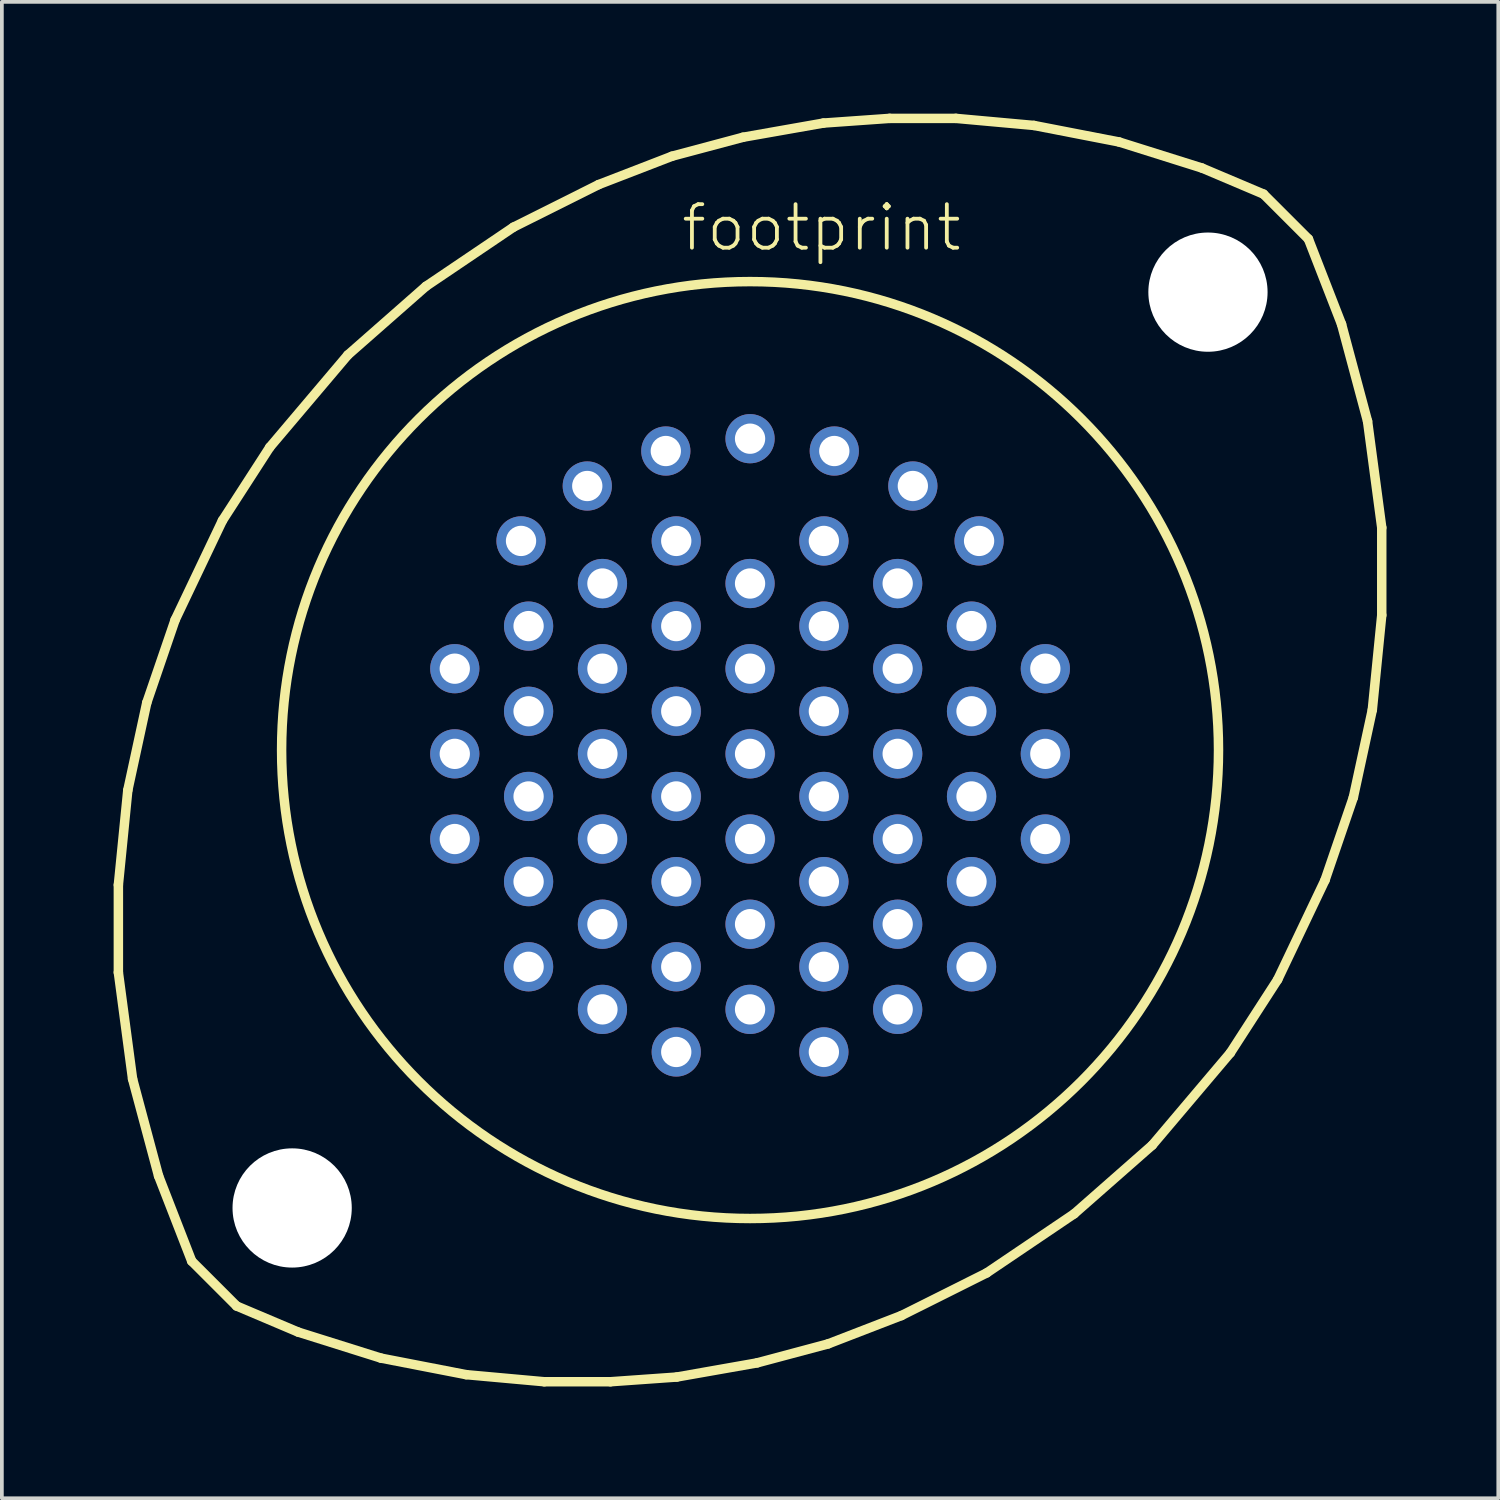
<source format=kicad_pcb>
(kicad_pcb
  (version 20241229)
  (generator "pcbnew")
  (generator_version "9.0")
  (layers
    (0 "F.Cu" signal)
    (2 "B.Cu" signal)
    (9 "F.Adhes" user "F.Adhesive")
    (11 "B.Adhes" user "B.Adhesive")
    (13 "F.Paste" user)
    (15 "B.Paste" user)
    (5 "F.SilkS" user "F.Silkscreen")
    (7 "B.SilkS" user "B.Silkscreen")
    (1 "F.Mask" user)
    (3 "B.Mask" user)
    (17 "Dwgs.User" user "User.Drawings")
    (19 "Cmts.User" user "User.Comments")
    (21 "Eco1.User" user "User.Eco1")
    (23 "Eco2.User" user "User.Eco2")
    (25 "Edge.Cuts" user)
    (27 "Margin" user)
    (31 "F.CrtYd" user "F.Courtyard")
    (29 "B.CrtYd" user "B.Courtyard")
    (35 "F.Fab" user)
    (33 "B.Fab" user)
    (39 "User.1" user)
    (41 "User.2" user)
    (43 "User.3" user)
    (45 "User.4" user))
  (footprint "footprint"
    (layer "F.Cu")
    (at 17.081 17.081)
    (property "Reference" "footprint" (at -1.905 -13.335 0) (layer "F.SilkS") (effects (font (size 1.168 1.168) (thickness 0.102)) (justify left bottom)))
    (fp_line (start -16.954 3.619) (end -16.701 1.079) (stroke (width 0.254) (type solid)) (layer "F.SilkS"))
    (fp_line (start -16.954 5.969) (end -16.954 3.619) (stroke (width 0.254) (type solid)) (layer "F.SilkS"))
    (fp_line (start -16.701 1.079) (end -16.192 -1.27) (stroke (width 0.254) (type solid)) (layer "F.SilkS"))
    (fp_line (start -16.573 8.826) (end -16.954 5.969) (stroke (width 0.254) (type solid)) (layer "F.SilkS"))
    (fp_line (start -16.192 -1.27) (end -15.431 -3.493) (stroke (width 0.254) (type solid)) (layer "F.SilkS"))
    (fp_line (start -15.875 11.43) (end -16.573 8.826) (stroke (width 0.254) (type solid)) (layer "F.SilkS"))
    (fp_line (start -15.431 -3.493) (end -14.161 -6.16) (stroke (width 0.254) (type solid)) (layer "F.SilkS"))
    (fp_line (start -14.986 13.716) (end -15.875 11.43) (stroke (width 0.254) (type solid)) (layer "F.SilkS"))
    (fp_line (start -14.986 13.716) (end -13.78 14.922) (stroke (width 0.254) (type solid)) (layer "F.SilkS"))
    (fp_line (start -14.161 -6.16) (end -12.89 -8.128) (stroke (width 0.254) (type solid)) (layer "F.SilkS"))
    (fp_line (start -12.89 -8.128) (end -10.795 -10.604) (stroke (width 0.254) (type solid)) (layer "F.SilkS"))
    (fp_line (start -12.129 15.621) (end -13.78 14.922) (stroke (width 0.254) (type solid)) (layer "F.SilkS"))
    (fp_line (start -10.795 -10.604) (end -8.7 -12.446) (stroke (width 0.254) (type solid)) (layer "F.SilkS"))
    (fp_line (start -9.906 16.32) (end -12.129 15.621) (stroke (width 0.254) (type solid)) (layer "F.SilkS"))
    (fp_line (start -8.7 -12.446) (end -6.35 -14.034) (stroke (width 0.254) (type solid)) (layer "F.SilkS"))
    (fp_line (start -7.62 16.764) (end -9.906 16.32) (stroke (width 0.254) (type solid)) (layer "F.SilkS"))
    (fp_line (start -6.35 -14.034) (end -4.064 -15.177) (stroke (width 0.254) (type solid)) (layer "F.SilkS"))
    (fp_line (start -5.524 16.954) (end -7.62 16.764) (stroke (width 0.254) (type solid)) (layer "F.SilkS"))
    (fp_line (start -4.064 -15.177) (end -2.095 -15.938) (stroke (width 0.254) (type solid)) (layer "F.SilkS"))
    (fp_line (start -3.747 16.954) (end -5.524 16.954) (stroke (width 0.254) (type solid)) (layer "F.SilkS"))
    (fp_line (start -2.095 -15.938) (end -0.191 -16.447) (stroke (width 0.254) (type solid)) (layer "F.SilkS"))
    (fp_line (start -1.968 16.828) (end -3.747 16.954) (stroke (width 0.254) (type solid)) (layer "F.SilkS"))
    (fp_line (start -0.191 -16.447) (end 1.968 -16.828) (stroke (width 0.254) (type solid)) (layer "F.SilkS"))
    (fp_line (start 0.191 16.447) (end -1.968 16.828) (stroke (width 0.254) (type solid)) (layer "F.SilkS"))
    (fp_line (start 1.968 -16.828) (end 3.747 -16.954) (stroke (width 0.254) (type solid)) (layer "F.SilkS"))
    (fp_line (start 2.095 15.938) (end 0.191 16.447) (stroke (width 0.254) (type solid)) (layer "F.SilkS"))
    (fp_line (start 3.747 -16.954) (end 5.524 -16.954) (stroke (width 0.254) (type solid)) (layer "F.SilkS"))
    (fp_line (start 4.064 15.177) (end 2.095 15.938) (stroke (width 0.254) (type solid)) (layer "F.SilkS"))
    (fp_line (start 5.524 -16.954) (end 7.62 -16.764) (stroke (width 0.254) (type solid)) (layer "F.SilkS"))
    (fp_line (start 6.35 14.034) (end 4.064 15.177) (stroke (width 0.254) (type solid)) (layer "F.SilkS"))
    (fp_line (start 7.62 -16.764) (end 9.906 -16.32) (stroke (width 0.254) (type solid)) (layer "F.SilkS"))
    (fp_line (start 8.7 12.446) (end 6.35 14.034) (stroke (width 0.254) (type solid)) (layer "F.SilkS"))
    (fp_line (start 9.906 -16.32) (end 12.129 -15.621) (stroke (width 0.254) (type solid)) (layer "F.SilkS"))
    (fp_line (start 10.795 10.604) (end 8.7 12.446) (stroke (width 0.254) (type solid)) (layer "F.SilkS"))
    (fp_line (start 12.129 -15.621) (end 13.78 -14.922) (stroke (width 0.254) (type solid)) (layer "F.SilkS"))
    (fp_line (start 12.89 8.128) (end 10.795 10.604) (stroke (width 0.254) (type solid)) (layer "F.SilkS"))
    (fp_line (start 13.78 -14.922) (end 14.986 -13.716) (stroke (width 0.254) (type solid)) (layer "F.SilkS"))
    (fp_line (start 14.161 6.16) (end 12.89 8.128) (stroke (width 0.254) (type solid)) (layer "F.SilkS"))
    (fp_line (start 14.986 -13.716) (end 15.875 -11.43) (stroke (width 0.254) (type solid)) (layer "F.SilkS"))
    (fp_line (start 15.431 3.493) (end 14.161 6.16) (stroke (width 0.254) (type solid)) (layer "F.SilkS"))
    (fp_line (start 15.875 -11.43) (end 16.573 -8.826) (stroke (width 0.254) (type solid)) (layer "F.SilkS"))
    (fp_line (start 16.192 1.27) (end 15.431 3.493) (stroke (width 0.254) (type solid)) (layer "F.SilkS"))
    (fp_line (start 16.573 -8.826) (end 16.954 -5.969) (stroke (width 0.254) (type solid)) (layer "F.SilkS"))
    (fp_line (start 16.701 -1.079) (end 16.192 1.27) (stroke (width 0.254) (type solid)) (layer "F.SilkS"))
    (fp_line (start 16.954 -5.969) (end 16.954 -3.619) (stroke (width 0.254) (type solid)) (layer "F.SilkS"))
    (fp_line (start 16.954 -3.619) (end 16.701 -1.079) (stroke (width 0.254) (type solid)) (layer "F.SilkS"))
    (fp_circle (center 0 0) (end 12.573 0) (stroke (width 0.254) (type solid)) (fill no) (layer "F.SilkS"))
    (pad "" np_thru_hole circle (at -12.29 12.29) (size 3.2 3.2) (drill 3.2) (layers "*.Cu" "*.Mask"))
    (pad "" np_thru_hole circle (at 12.29 -12.29) (size 3.2 3.2) (drill 3.2) (layers "*.Cu" "*.Mask"))
    (pad "1" thru_hole circle (at -7.925 -2.184) (size 1.321 1.321) (drill 0.813) (layers "*.Cu" "*.Mask"))
    (pad "2" thru_hole circle (at -7.925 0.102) (size 1.321 1.321) (drill 0.813) (layers "*.Cu" "*.Mask"))
    (pad "3" thru_hole circle (at -7.925 2.388) (size 1.321 1.321) (drill 0.813) (layers "*.Cu" "*.Mask"))
    (pad "4" thru_hole circle (at -6.147 -5.613) (size 1.321 1.321) (drill 0.813) (layers "*.Cu" "*.Mask"))
    (pad "5" thru_hole circle (at -5.944 -3.327) (size 1.321 1.321) (drill 0.813) (layers "*.Cu" "*.Mask"))
    (pad "6" thru_hole circle (at -5.944 -1.041) (size 1.321 1.321) (drill 0.813) (layers "*.Cu" "*.Mask"))
    (pad "7" thru_hole circle (at -5.944 1.245) (size 1.321 1.321) (drill 0.813) (layers "*.Cu" "*.Mask"))
    (pad "8" thru_hole circle (at -5.944 3.531) (size 1.321 1.321) (drill 0.813) (layers "*.Cu" "*.Mask"))
    (pad "9" thru_hole circle (at -5.944 5.817) (size 1.321 1.321) (drill 0.813) (layers "*.Cu" "*.Mask"))
    (pad "10" thru_hole circle (at -4.369 -7.087) (size 1.321 1.321) (drill 0.813) (layers "*.Cu" "*.Mask"))
    (pad "11" thru_hole circle (at -3.962 -4.47) (size 1.321 1.321) (drill 0.813) (layers "*.Cu" "*.Mask"))
    (pad "12" thru_hole circle (at -3.962 -2.184) (size 1.321 1.321) (drill 0.813) (layers "*.Cu" "*.Mask"))
    (pad "13" thru_hole circle (at -3.962 0.102) (size 1.321 1.321) (drill 0.813) (layers "*.Cu" "*.Mask"))
    (pad "14" thru_hole circle (at -3.962 2.388) (size 1.321 1.321) (drill 0.813) (layers "*.Cu" "*.Mask"))
    (pad "15" thru_hole circle (at -3.962 4.674) (size 1.321 1.321) (drill 0.813) (layers "*.Cu" "*.Mask"))
    (pad "16" thru_hole circle (at -3.962 6.96) (size 1.321 1.321) (drill 0.813) (layers "*.Cu" "*.Mask"))
    (pad "17" thru_hole circle (at -2.261 -8.026) (size 1.321 1.321) (drill 0.813) (layers "*.Cu" "*.Mask"))
    (pad "18" thru_hole circle (at -1.981 -5.613) (size 1.321 1.321) (drill 0.813) (layers "*.Cu" "*.Mask"))
    (pad "19" thru_hole circle (at -1.981 -3.327) (size 1.321 1.321) (drill 0.813) (layers "*.Cu" "*.Mask"))
    (pad "20" thru_hole circle (at -1.981 -1.041) (size 1.321 1.321) (drill 0.813) (layers "*.Cu" "*.Mask"))
    (pad "21" thru_hole circle (at -1.981 1.245) (size 1.321 1.321) (drill 0.813) (layers "*.Cu" "*.Mask"))
    (pad "22" thru_hole circle (at -1.981 3.531) (size 1.321 1.321) (drill 0.813) (layers "*.Cu" "*.Mask"))
    (pad "23" thru_hole circle (at -1.981 5.817) (size 1.321 1.321) (drill 0.813) (layers "*.Cu" "*.Mask"))
    (pad "24" thru_hole circle (at -1.981 8.103) (size 1.321 1.321) (drill 0.813) (layers "*.Cu" "*.Mask"))
    (pad "25" thru_hole circle (at 0 -8.357) (size 1.321 1.321) (drill 0.813) (layers "*.Cu" "*.Mask"))
    (pad "26" thru_hole circle (at 0 -4.47) (size 1.321 1.321) (drill 0.813) (layers "*.Cu" "*.Mask"))
    (pad "27" thru_hole circle (at 0 -2.184) (size 1.321 1.321) (drill 0.813) (layers "*.Cu" "*.Mask"))
    (pad "28" thru_hole circle (at 0 0.102) (size 1.321 1.321) (drill 0.813) (layers "*.Cu" "*.Mask"))
    (pad "29" thru_hole circle (at 0 2.388) (size 1.321 1.321) (drill 0.813) (layers "*.Cu" "*.Mask"))
    (pad "30" thru_hole circle (at 0 4.674) (size 1.321 1.321) (drill 0.813) (layers "*.Cu" "*.Mask"))
    (pad "31" thru_hole circle (at 0 6.96) (size 1.321 1.321) (drill 0.813) (layers "*.Cu" "*.Mask"))
    (pad "32" thru_hole circle (at 2.261 -8.026) (size 1.321 1.321) (drill 0.813) (layers "*.Cu" "*.Mask"))
    (pad "33" thru_hole circle (at 1.981 -5.613) (size 1.321 1.321) (drill 0.813) (layers "*.Cu" "*.Mask"))
    (pad "34" thru_hole circle (at 1.981 -3.327) (size 1.321 1.321) (drill 0.813) (layers "*.Cu" "*.Mask"))
    (pad "35" thru_hole circle (at 1.981 -1.041) (size 1.321 1.321) (drill 0.813) (layers "*.Cu" "*.Mask"))
    (pad "36" thru_hole circle (at 1.981 1.245) (size 1.321 1.321) (drill 0.813) (layers "*.Cu" "*.Mask"))
    (pad "37" thru_hole circle (at 1.981 3.531) (size 1.321 1.321) (drill 0.813) (layers "*.Cu" "*.Mask"))
    (pad "38" thru_hole circle (at 1.981 5.817) (size 1.321 1.321) (drill 0.813) (layers "*.Cu" "*.Mask"))
    (pad "39" thru_hole circle (at 1.981 8.103) (size 1.321 1.321) (drill 0.813) (layers "*.Cu" "*.Mask"))
    (pad "40" thru_hole circle (at 4.369 -7.087) (size 1.321 1.321) (drill 0.813) (layers "*.Cu" "*.Mask"))
    (pad "41" thru_hole circle (at 3.962 -4.47) (size 1.321 1.321) (drill 0.813) (layers "*.Cu" "*.Mask"))
    (pad "42" thru_hole circle (at 3.962 -2.184) (size 1.321 1.321) (drill 0.813) (layers "*.Cu" "*.Mask"))
    (pad "43" thru_hole circle (at 3.962 0.102) (size 1.321 1.321) (drill 0.813) (layers "*.Cu" "*.Mask"))
    (pad "44" thru_hole circle (at 3.962 2.388) (size 1.321 1.321) (drill 0.813) (layers "*.Cu" "*.Mask"))
    (pad "45" thru_hole circle (at 3.962 4.674) (size 1.321 1.321) (drill 0.813) (layers "*.Cu" "*.Mask"))
    (pad "46" thru_hole circle (at 3.962 6.96) (size 1.321 1.321) (drill 0.813) (layers "*.Cu" "*.Mask"))
    (pad "47" thru_hole circle (at 6.147 -5.613) (size 1.321 1.321) (drill 0.813) (layers "*.Cu" "*.Mask"))
    (pad "48" thru_hole circle (at 5.944 -3.327) (size 1.321 1.321) (drill 0.813) (layers "*.Cu" "*.Mask"))
    (pad "49" thru_hole circle (at 5.944 -1.041) (size 1.321 1.321) (drill 0.813) (layers "*.Cu" "*.Mask"))
    (pad "50" thru_hole circle (at 5.944 1.245) (size 1.321 1.321) (drill 0.813) (layers "*.Cu" "*.Mask"))
    (pad "51" thru_hole circle (at 5.944 3.531) (size 1.321 1.321) (drill 0.813) (layers "*.Cu" "*.Mask"))
    (pad "52" thru_hole circle (at 5.944 5.817) (size 1.321 1.321) (drill 0.813) (layers "*.Cu" "*.Mask"))
    (pad "53" thru_hole circle (at 7.925 -2.184) (size 1.321 1.321) (drill 0.813) (layers "*.Cu" "*.Mask"))
    (pad "54" thru_hole circle (at 7.925 0.102) (size 1.321 1.321) (drill 0.813) (layers "*.Cu" "*.Mask"))
    (pad "55" thru_hole circle (at 7.925 2.388) (size 1.321 1.321) (drill 0.813) (layers "*.Cu" "*.Mask")))
  (gr_rect
    (start -3 -3)
    (end 37.163 37.163)
    (stroke (width 0.1) (type default))
    (fill no)
    (layer "Edge.Cuts")))
</source>
